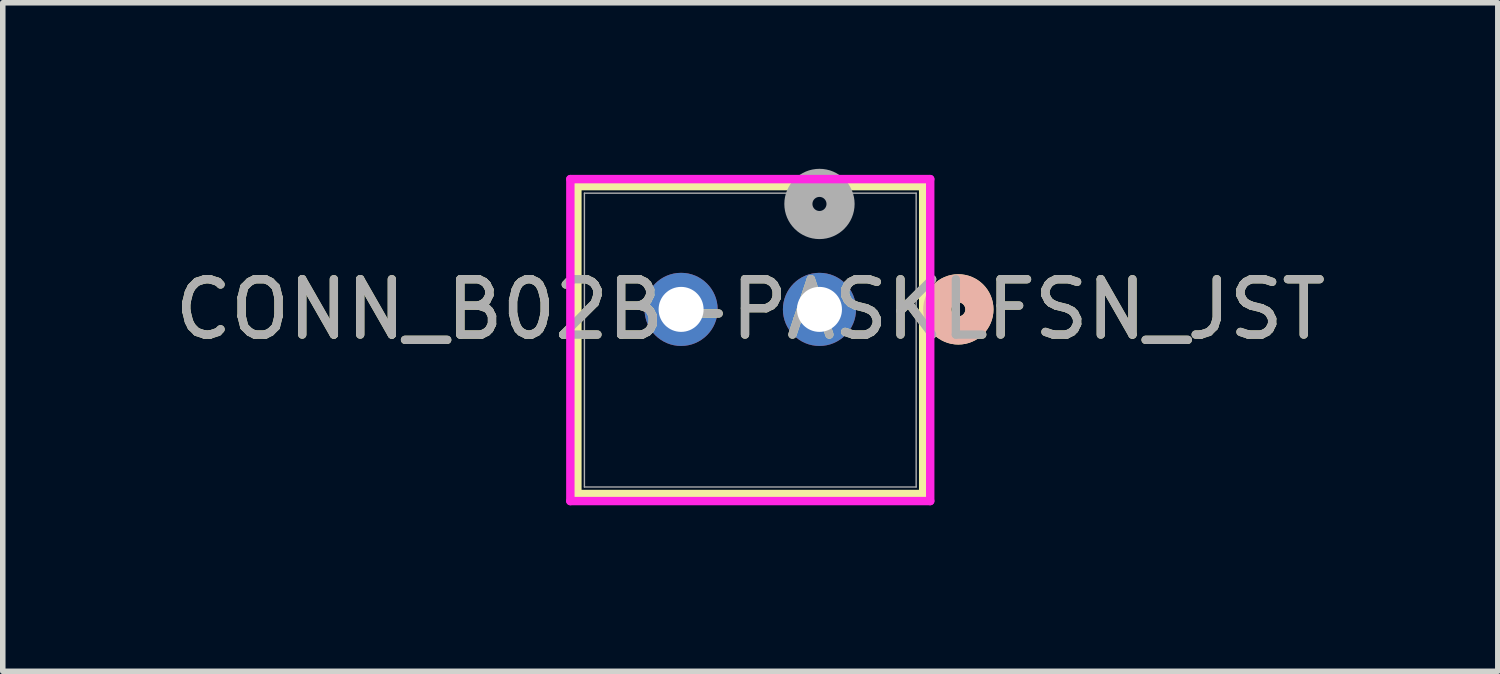
<source format=kicad_pcb>
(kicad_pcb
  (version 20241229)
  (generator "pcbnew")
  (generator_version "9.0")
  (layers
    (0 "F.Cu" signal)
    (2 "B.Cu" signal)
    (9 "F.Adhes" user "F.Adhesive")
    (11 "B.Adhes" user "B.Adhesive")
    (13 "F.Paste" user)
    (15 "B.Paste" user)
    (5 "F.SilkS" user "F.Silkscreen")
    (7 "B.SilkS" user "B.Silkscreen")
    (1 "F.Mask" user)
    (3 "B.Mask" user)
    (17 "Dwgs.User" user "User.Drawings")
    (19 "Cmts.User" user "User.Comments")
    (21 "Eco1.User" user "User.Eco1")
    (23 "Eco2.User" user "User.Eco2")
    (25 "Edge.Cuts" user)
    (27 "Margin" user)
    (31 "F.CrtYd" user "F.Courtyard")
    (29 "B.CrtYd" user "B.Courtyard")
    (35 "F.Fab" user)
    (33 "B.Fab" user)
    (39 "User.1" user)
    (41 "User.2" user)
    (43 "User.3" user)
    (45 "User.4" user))
  (footprint "CONN_B02B-PASKLFSN_JST"
    (layer "F.Cu")
    (at 11.756 2.54)
    (property "Reference" "CONN_B02B-PASKLFSN_JST" (at -1.25 0 0) (unlocked yes) (layer "F.SilkS") (effects (font (size 1 1) (thickness 0.15))))
    (attr through_hole)
    (fp_line (start -4.374 -2.227) (end -4.374 3.336) (stroke (width 0.152) (type solid)) (layer "F.SilkS"))
    (fp_line (start -4.374 3.336) (end 1.874 3.336) (stroke (width 0.152) (type solid)) (layer "F.SilkS"))
    (fp_line (start 1.874 -2.227) (end -4.374 -2.227) (stroke (width 0.152) (type solid)) (layer "F.SilkS"))
    (fp_line (start 1.874 3.336) (end 1.874 -2.227) (stroke (width 0.152) (type solid)) (layer "F.SilkS"))
    (fp_circle (center 2.509 0) (end 2.89 0) (stroke (width 0.508) (type solid)) (fill no) (layer "F.SilkS"))
    (fp_circle (center 2.509 0) (end 2.89 0) (stroke (width 0.508) (type solid)) (fill no) (layer "B.SilkS"))
    (fp_line (start -4.501 -2.354) (end -4.501 3.463) (stroke (width 0.152) (type solid)) (layer "F.CrtYd"))
    (fp_line (start -4.501 3.463) (end 2.001 3.463) (stroke (width 0.152) (type solid)) (layer "F.CrtYd"))
    (fp_line (start 2.001 -2.354) (end -4.501 -2.354) (stroke (width 0.152) (type solid)) (layer "F.CrtYd"))
    (fp_line (start 2.001 3.463) (end 2.001 -2.354) (stroke (width 0.152) (type solid)) (layer "F.CrtYd"))
    (fp_line (start -4.247 -2.1) (end -4.247 3.209) (stroke (width 0.025) (type solid)) (layer "F.Fab"))
    (fp_line (start -4.247 3.209) (end 1.747 3.209) (stroke (width 0.025) (type solid)) (layer "F.Fab"))
    (fp_line (start 1.747 -2.1) (end -4.247 -2.1) (stroke (width 0.025) (type solid)) (layer "F.Fab"))
    (fp_line (start 1.747 3.209) (end 1.747 -2.1) (stroke (width 0.025) (type solid)) (layer "F.Fab"))
    (fp_circle (center 0 -1.905) (end 0.381 -1.905) (stroke (width 0.508) (type solid)) (fill no) (layer "F.Fab"))
    (fp_text user "${REFERENCE}" (at -1.25 0 0) (unlocked yes) (layer "F.Fab") (effects (font (size 1 1) (thickness 0.15))))
    (pad "1" thru_hole circle (at 0 0) (size 1.321 1.321) (drill 0.813) (layers "*.Cu" "*.Mask"))
    (pad "2" thru_hole circle (at -2.5 0) (size 1.321 1.321) (drill 0.813) (layers "*.Cu" "*.Mask")))
  (gr_rect
    (start -3 -3)
    (end 24.012 9.079)
    (stroke (width 0.1) (type default))
    (fill no)
    (layer "Edge.Cuts")))
</source>
